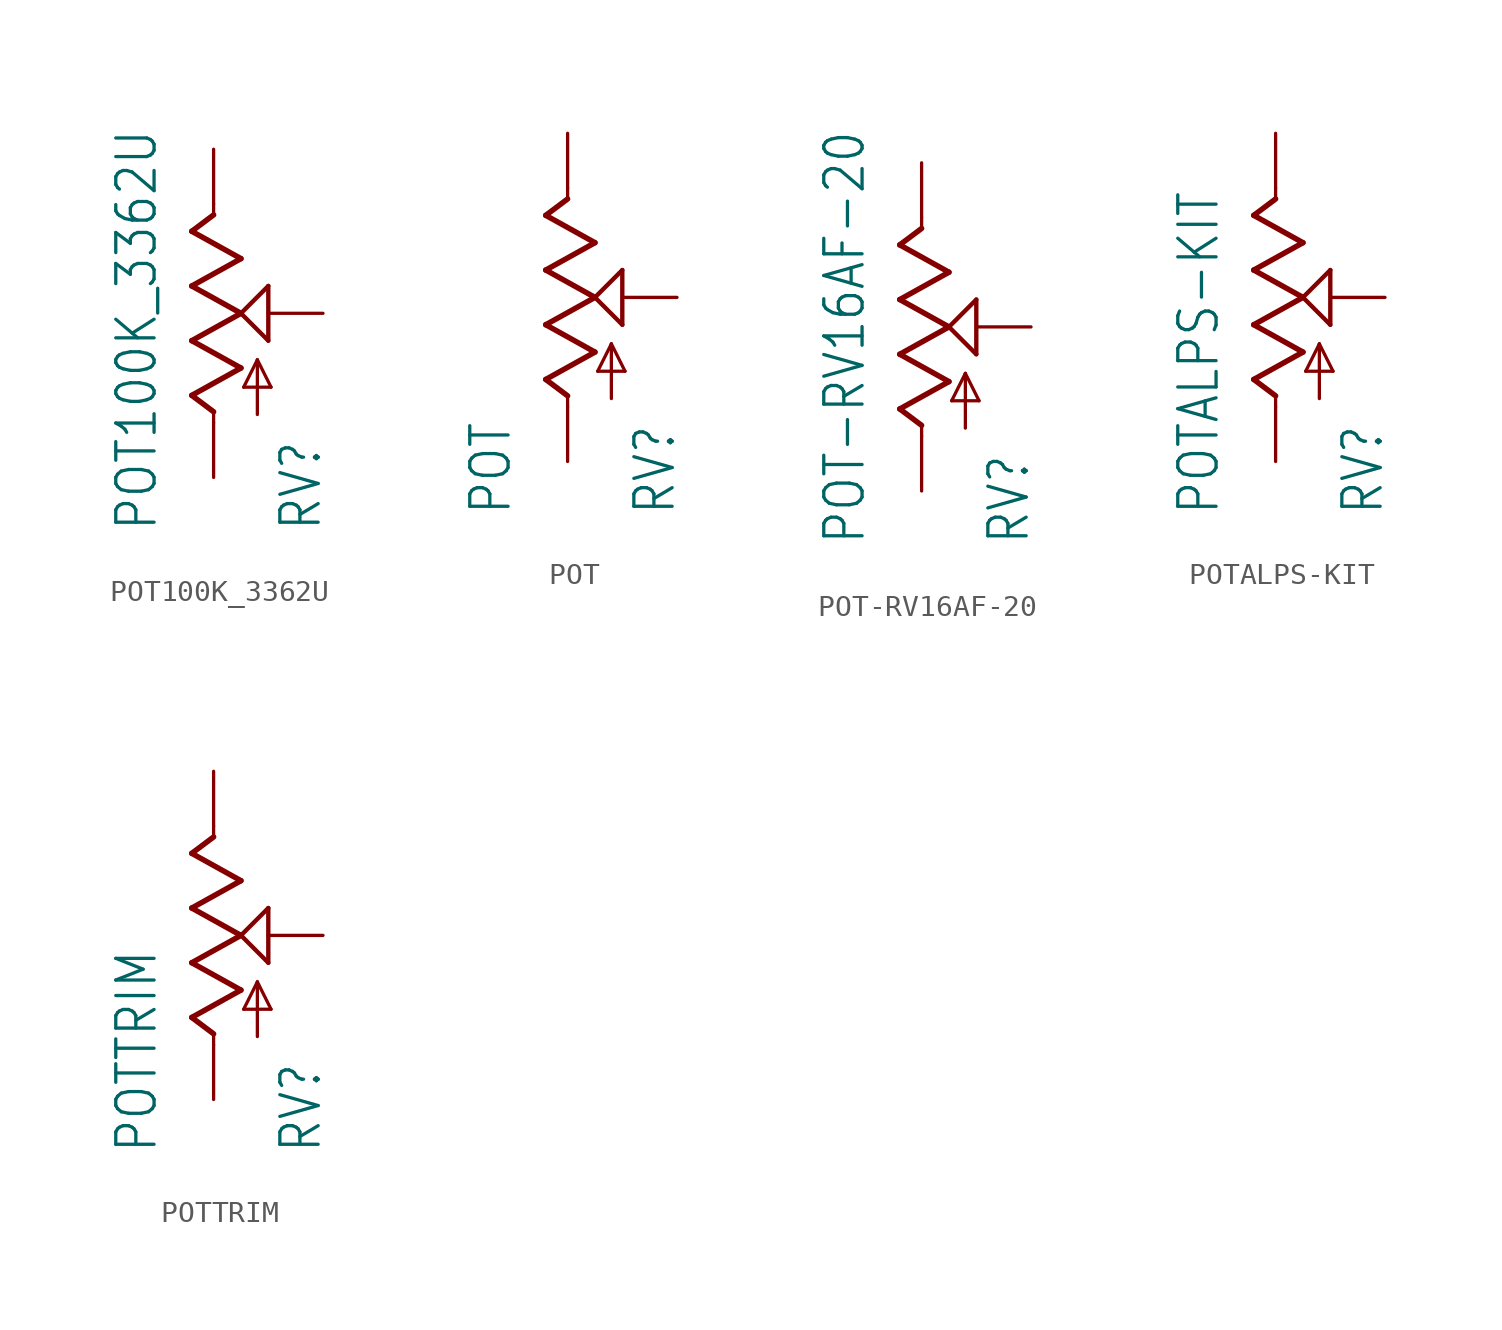
<source format=kicad_sym>
(kicad_symbol_lib
  (version 20211014)
  (generator kicad_symbol_editor)
  (symbol "POT100K_3362U"
    (property "Reference" "RV"
      (at 5.08 -10.16 90)
      (effects (font (size 1.778 1.511)) (justify left bottom)))
    (property "Value" "POT100K_3362U"
      (at -2.54 -10.16 90)
      (effects (font (size 1.778 1.511)) (justify left bottom)))
    (property "ki_locked" ""
      (at 0 0 0)
      (effects (font (size 1.27 1.27))))
    (symbol "POT100K_3362U_1_0"
      (polyline (pts (xy -1.016 -3.81) (xy 1.27 -2.54)) (stroke (width 0.254) (type default) (color 0 0 0 0)) (fill (type none)))
      (polyline (pts (xy -1.016 -1.27) (xy 1.27 0)) (stroke (width 0.254) (type default) (color 0 0 0 0)) (fill (type none)))
      (polyline (pts (xy -1.016 1.27) (xy 1.27 2.54)) (stroke (width 0.254) (type default) (color 0 0 0 0)) (fill (type none)))
      (polyline (pts (xy -1.016 3.81) (xy 0 4.572)) (stroke (width 0.254) (type default) (color 0 0 0 0)) (fill (type none)))
      (polyline (pts (xy 0 -5.08) (xy 0 -4.572)) (stroke (width 0.152) (type default) (color 0 0 0 0)) (fill (type none)))
      (polyline (pts (xy 0 -4.572) (xy -1.016 -3.81)) (stroke (width 0.254) (type default) (color 0 0 0 0)) (fill (type none)))
      (polyline (pts (xy 0 4.572) (xy 0 5.08)) (stroke (width 0.152) (type default) (color 0 0 0 0)) (fill (type none)))
      (polyline (pts (xy 1.27 -2.54) (xy -1.016 -1.27)) (stroke (width 0.254) (type default) (color 0 0 0 0)) (fill (type none)))
      (polyline (pts (xy 1.27 0) (xy -1.016 1.27)) (stroke (width 0.254) (type default) (color 0 0 0 0)) (fill (type none)))
      (polyline (pts (xy 1.27 0) (xy 2.54 1.27)) (stroke (width 0.203) (type default) (color 0 0 0 0)) (fill (type none)))
      (polyline (pts (xy 1.27 2.54) (xy -1.016 3.81)) (stroke (width 0.254) (type default) (color 0 0 0 0)) (fill (type none)))
      (polyline (pts (xy 1.397 -3.429) (xy 2.032 -2.159)) (stroke (width 0.152) (type default) (color 0 0 0 0)) (fill (type none)))
      (polyline (pts (xy 2.032 -4.699) (xy 2.032 -2.159)) (stroke (width 0.152) (type default) (color 0 0 0 0)) (fill (type none)))
      (polyline (pts (xy 2.032 -2.159) (xy 2.667 -3.429)) (stroke (width 0.152) (type default) (color 0 0 0 0)) (fill (type none)))
      (polyline (pts (xy 2.54 -1.27) (xy 1.27 0)) (stroke (width 0.203) (type default) (color 0 0 0 0)) (fill (type none)))
      (polyline (pts (xy 2.54 1.27) (xy 2.54 -1.27)) (stroke (width 0.203) (type default) (color 0 0 0 0)) (fill (type none)))
      (polyline (pts (xy 2.667 -3.429) (xy 1.397 -3.429)) (stroke (width 0.152) (type default) (color 0 0 0 0)) (fill (type none)))
      (pin passive line (at 0 7.62 270) (length 2.54) (name "E" (effects (font (size 0 0)))) (number "P$1" (effects (font (size 0 0)))))
      (pin passive line (at 5.08 0 180) (length 2.54) (name "S" (effects (font (size 0 0)))) (number "P$2" (effects (font (size 0 0)))))
      (pin passive line (at 0 -7.62 90) (length 2.54) (name "A" (effects (font (size 0 0)))) (number "P$3" (effects (font (size 0 0)))))))
  (symbol "POT"
    (property "Reference" "RV"
      (at 5.08 -10.16 90)
      (effects (font (size 1.778 1.511)) (justify left bottom)))
    (property "Value" "POT"
      (at -2.54 -10.16 90)
      (effects (font (size 1.778 1.511)) (justify left bottom)))
    (property "ki_locked" ""
      (at 0 0 0)
      (effects (font (size 1.27 1.27))))
    (symbol "POT_1_0"
      (polyline (pts (xy -1.016 -3.81) (xy 1.27 -2.54)) (stroke (width 0.254) (type default) (color 0 0 0 0)) (fill (type none)))
      (polyline (pts (xy -1.016 -1.27) (xy 1.27 0)) (stroke (width 0.254) (type default) (color 0 0 0 0)) (fill (type none)))
      (polyline (pts (xy -1.016 1.27) (xy 1.27 2.54)) (stroke (width 0.254) (type default) (color 0 0 0 0)) (fill (type none)))
      (polyline (pts (xy -1.016 3.81) (xy 0 4.572)) (stroke (width 0.254) (type default) (color 0 0 0 0)) (fill (type none)))
      (polyline (pts (xy 0 -5.08) (xy 0 -4.572)) (stroke (width 0.152) (type default) (color 0 0 0 0)) (fill (type none)))
      (polyline (pts (xy 0 -4.572) (xy -1.016 -3.81)) (stroke (width 0.254) (type default) (color 0 0 0 0)) (fill (type none)))
      (polyline (pts (xy 0 4.572) (xy 0 5.08)) (stroke (width 0.152) (type default) (color 0 0 0 0)) (fill (type none)))
      (polyline (pts (xy 1.27 -2.54) (xy -1.016 -1.27)) (stroke (width 0.254) (type default) (color 0 0 0 0)) (fill (type none)))
      (polyline (pts (xy 1.27 0) (xy -1.016 1.27)) (stroke (width 0.254) (type default) (color 0 0 0 0)) (fill (type none)))
      (polyline (pts (xy 1.27 0) (xy 2.54 1.27)) (stroke (width 0.203) (type default) (color 0 0 0 0)) (fill (type none)))
      (polyline (pts (xy 1.27 2.54) (xy -1.016 3.81)) (stroke (width 0.254) (type default) (color 0 0 0 0)) (fill (type none)))
      (polyline (pts (xy 1.397 -3.429) (xy 2.032 -2.159)) (stroke (width 0.152) (type default) (color 0 0 0 0)) (fill (type none)))
      (polyline (pts (xy 2.032 -4.699) (xy 2.032 -2.159)) (stroke (width 0.152) (type default) (color 0 0 0 0)) (fill (type none)))
      (polyline (pts (xy 2.032 -2.159) (xy 2.667 -3.429)) (stroke (width 0.152) (type default) (color 0 0 0 0)) (fill (type none)))
      (polyline (pts (xy 2.54 -1.27) (xy 1.27 0)) (stroke (width 0.203) (type default) (color 0 0 0 0)) (fill (type none)))
      (polyline (pts (xy 2.54 1.27) (xy 2.54 -1.27)) (stroke (width 0.203) (type default) (color 0 0 0 0)) (fill (type none)))
      (polyline (pts (xy 2.667 -3.429) (xy 1.397 -3.429)) (stroke (width 0.152) (type default) (color 0 0 0 0)) (fill (type none)))
      (pin passive line (at 0 7.62 270) (length 2.54) (name "E" (effects (font (size 0 0)))) (number "P$1" (effects (font (size 0 0)))))
      (pin passive line (at 5.08 0 180) (length 2.54) (name "S" (effects (font (size 0 0)))) (number "P$2" (effects (font (size 0 0)))))
      (pin passive line (at 0 -7.62 90) (length 2.54) (name "A" (effects (font (size 0 0)))) (number "P$3" (effects (font (size 0 0)))))))
  (symbol "POT-RV16AF-20"
    (property "Reference" "RV"
      (at 5.08 -10.16 90)
      (effects (font (size 1.778 1.511)) (justify left bottom)))
    (property "Value" "POT-RV16AF-20"
      (at -2.54 -10.16 90)
      (effects (font (size 1.778 1.511)) (justify left bottom)))
    (property "ki_locked" ""
      (at 0 0 0)
      (effects (font (size 1.27 1.27))))
    (symbol "POT-RV16AF-20_1_0"
      (polyline (pts (xy -1.016 -3.81) (xy 1.27 -2.54)) (stroke (width 0.254) (type default) (color 0 0 0 0)) (fill (type none)))
      (polyline (pts (xy -1.016 -1.27) (xy 1.27 0)) (stroke (width 0.254) (type default) (color 0 0 0 0)) (fill (type none)))
      (polyline (pts (xy -1.016 1.27) (xy 1.27 2.54)) (stroke (width 0.254) (type default) (color 0 0 0 0)) (fill (type none)))
      (polyline (pts (xy -1.016 3.81) (xy 0 4.572)) (stroke (width 0.254) (type default) (color 0 0 0 0)) (fill (type none)))
      (polyline (pts (xy 0 -5.08) (xy 0 -4.572)) (stroke (width 0.152) (type default) (color 0 0 0 0)) (fill (type none)))
      (polyline (pts (xy 0 -4.572) (xy -1.016 -3.81)) (stroke (width 0.254) (type default) (color 0 0 0 0)) (fill (type none)))
      (polyline (pts (xy 0 4.572) (xy 0 5.08)) (stroke (width 0.152) (type default) (color 0 0 0 0)) (fill (type none)))
      (polyline (pts (xy 1.27 -2.54) (xy -1.016 -1.27)) (stroke (width 0.254) (type default) (color 0 0 0 0)) (fill (type none)))
      (polyline (pts (xy 1.27 0) (xy -1.016 1.27)) (stroke (width 0.254) (type default) (color 0 0 0 0)) (fill (type none)))
      (polyline (pts (xy 1.27 0) (xy 2.54 1.27)) (stroke (width 0.203) (type default) (color 0 0 0 0)) (fill (type none)))
      (polyline (pts (xy 1.27 2.54) (xy -1.016 3.81)) (stroke (width 0.254) (type default) (color 0 0 0 0)) (fill (type none)))
      (polyline (pts (xy 1.397 -3.429) (xy 2.032 -2.159)) (stroke (width 0.152) (type default) (color 0 0 0 0)) (fill (type none)))
      (polyline (pts (xy 2.032 -4.699) (xy 2.032 -2.159)) (stroke (width 0.152) (type default) (color 0 0 0 0)) (fill (type none)))
      (polyline (pts (xy 2.032 -2.159) (xy 2.667 -3.429)) (stroke (width 0.152) (type default) (color 0 0 0 0)) (fill (type none)))
      (polyline (pts (xy 2.54 -1.27) (xy 1.27 0)) (stroke (width 0.203) (type default) (color 0 0 0 0)) (fill (type none)))
      (polyline (pts (xy 2.54 1.27) (xy 2.54 -1.27)) (stroke (width 0.203) (type default) (color 0 0 0 0)) (fill (type none)))
      (polyline (pts (xy 2.667 -3.429) (xy 1.397 -3.429)) (stroke (width 0.152) (type default) (color 0 0 0 0)) (fill (type none)))
      (pin passive line (at 0 -7.62 90) (length 2.54) (name "A" (effects (font (size 0 0)))) (number "1" (effects (font (size 0 0)))))
      (pin passive line (at 5.08 0 180) (length 2.54) (name "S" (effects (font (size 0 0)))) (number "2" (effects (font (size 0 0)))))
      (pin passive line (at 0 7.62 270) (length 2.54) (name "E" (effects (font (size 0 0)))) (number "3" (effects (font (size 0 0)))))))
  (symbol "POTALPS-KIT"
    (property "Reference" "RV"
      (at 5.08 -10.16 90)
      (effects (font (size 1.778 1.511)) (justify left bottom)))
    (property "Value" "POTALPS-KIT"
      (at -2.54 -10.16 90)
      (effects (font (size 1.778 1.511)) (justify left bottom)))
    (property "ki_locked" ""
      (at 0 0 0)
      (effects (font (size 1.27 1.27))))
    (symbol "POTALPS-KIT_1_0"
      (polyline (pts (xy -1.016 -3.81) (xy 1.27 -2.54)) (stroke (width 0.254) (type default) (color 0 0 0 0)) (fill (type none)))
      (polyline (pts (xy -1.016 -1.27) (xy 1.27 0)) (stroke (width 0.254) (type default) (color 0 0 0 0)) (fill (type none)))
      (polyline (pts (xy -1.016 1.27) (xy 1.27 2.54)) (stroke (width 0.254) (type default) (color 0 0 0 0)) (fill (type none)))
      (polyline (pts (xy -1.016 3.81) (xy 0 4.572)) (stroke (width 0.254) (type default) (color 0 0 0 0)) (fill (type none)))
      (polyline (pts (xy 0 -5.08) (xy 0 -4.572)) (stroke (width 0.152) (type default) (color 0 0 0 0)) (fill (type none)))
      (polyline (pts (xy 0 -4.572) (xy -1.016 -3.81)) (stroke (width 0.254) (type default) (color 0 0 0 0)) (fill (type none)))
      (polyline (pts (xy 0 4.572) (xy 0 5.08)) (stroke (width 0.152) (type default) (color 0 0 0 0)) (fill (type none)))
      (polyline (pts (xy 1.27 -2.54) (xy -1.016 -1.27)) (stroke (width 0.254) (type default) (color 0 0 0 0)) (fill (type none)))
      (polyline (pts (xy 1.27 0) (xy -1.016 1.27)) (stroke (width 0.254) (type default) (color 0 0 0 0)) (fill (type none)))
      (polyline (pts (xy 1.27 0) (xy 2.54 1.27)) (stroke (width 0.203) (type default) (color 0 0 0 0)) (fill (type none)))
      (polyline (pts (xy 1.27 2.54) (xy -1.016 3.81)) (stroke (width 0.254) (type default) (color 0 0 0 0)) (fill (type none)))
      (polyline (pts (xy 1.397 -3.429) (xy 2.032 -2.159)) (stroke (width 0.152) (type default) (color 0 0 0 0)) (fill (type none)))
      (polyline (pts (xy 2.032 -4.699) (xy 2.032 -2.159)) (stroke (width 0.152) (type default) (color 0 0 0 0)) (fill (type none)))
      (polyline (pts (xy 2.032 -2.159) (xy 2.667 -3.429)) (stroke (width 0.152) (type default) (color 0 0 0 0)) (fill (type none)))
      (polyline (pts (xy 2.54 -1.27) (xy 1.27 0)) (stroke (width 0.203) (type default) (color 0 0 0 0)) (fill (type none)))
      (polyline (pts (xy 2.54 1.27) (xy 2.54 -1.27)) (stroke (width 0.203) (type default) (color 0 0 0 0)) (fill (type none)))
      (polyline (pts (xy 2.667 -3.429) (xy 1.397 -3.429)) (stroke (width 0.152) (type default) (color 0 0 0 0)) (fill (type none)))
      (pin passive line (at 0 7.62 270) (length 2.54) (name "E" (effects (font (size 0 0)))) (number "P$1" (effects (font (size 0 0)))))
      (pin passive line (at 5.08 0 180) (length 2.54) (name "S" (effects (font (size 0 0)))) (number "P$2" (effects (font (size 0 0)))))
      (pin passive line (at 0 -7.62 90) (length 2.54) (name "A" (effects (font (size 0 0)))) (number "P$3" (effects (font (size 0 0)))))))
  (symbol "POTTRIM"
    (property "Reference" "RV"
      (at 5.08 -10.16 90)
      (effects (font (size 1.778 1.511)) (justify left bottom)))
    (property "Value" "POTTRIM"
      (at -2.54 -10.16 90)
      (effects (font (size 1.778 1.511)) (justify left bottom)))
    (property "ki_locked" ""
      (at 0 0 0)
      (effects (font (size 1.27 1.27))))
    (symbol "POTTRIM_1_0"
      (polyline (pts (xy -1.016 -3.81) (xy 1.27 -2.54)) (stroke (width 0.254) (type default) (color 0 0 0 0)) (fill (type none)))
      (polyline (pts (xy -1.016 -1.27) (xy 1.27 0)) (stroke (width 0.254) (type default) (color 0 0 0 0)) (fill (type none)))
      (polyline (pts (xy -1.016 1.27) (xy 1.27 2.54)) (stroke (width 0.254) (type default) (color 0 0 0 0)) (fill (type none)))
      (polyline (pts (xy -1.016 3.81) (xy 0 4.572)) (stroke (width 0.254) (type default) (color 0 0 0 0)) (fill (type none)))
      (polyline (pts (xy 0 -5.08) (xy 0 -4.572)) (stroke (width 0.152) (type default) (color 0 0 0 0)) (fill (type none)))
      (polyline (pts (xy 0 -4.572) (xy -1.016 -3.81)) (stroke (width 0.254) (type default) (color 0 0 0 0)) (fill (type none)))
      (polyline (pts (xy 0 4.572) (xy 0 5.08)) (stroke (width 0.152) (type default) (color 0 0 0 0)) (fill (type none)))
      (polyline (pts (xy 1.27 -2.54) (xy -1.016 -1.27)) (stroke (width 0.254) (type default) (color 0 0 0 0)) (fill (type none)))
      (polyline (pts (xy 1.27 0) (xy -1.016 1.27)) (stroke (width 0.254) (type default) (color 0 0 0 0)) (fill (type none)))
      (polyline (pts (xy 1.27 0) (xy 2.54 1.27)) (stroke (width 0.203) (type default) (color 0 0 0 0)) (fill (type none)))
      (polyline (pts (xy 1.27 2.54) (xy -1.016 3.81)) (stroke (width 0.254) (type default) (color 0 0 0 0)) (fill (type none)))
      (polyline (pts (xy 1.397 -3.429) (xy 2.032 -2.159)) (stroke (width 0.152) (type default) (color 0 0 0 0)) (fill (type none)))
      (polyline (pts (xy 2.032 -4.699) (xy 2.032 -2.159)) (stroke (width 0.152) (type default) (color 0 0 0 0)) (fill (type none)))
      (polyline (pts (xy 2.032 -2.159) (xy 2.667 -3.429)) (stroke (width 0.152) (type default) (color 0 0 0 0)) (fill (type none)))
      (polyline (pts (xy 2.54 -1.27) (xy 1.27 0)) (stroke (width 0.203) (type default) (color 0 0 0 0)) (fill (type none)))
      (polyline (pts (xy 2.54 1.27) (xy 2.54 -1.27)) (stroke (width 0.203) (type default) (color 0 0 0 0)) (fill (type none)))
      (polyline (pts (xy 2.667 -3.429) (xy 1.397 -3.429)) (stroke (width 0.152) (type default) (color 0 0 0 0)) (fill (type none)))
      (pin passive line (at 5.08 0 180) (length 2.54) (name "S" (effects (font (size 0 0)))) (number "1" (effects (font (size 0 0)))))
      (pin passive line (at 0 7.62 270) (length 2.54) (name "E" (effects (font (size 0 0)))) (number "2" (effects (font (size 0 0)))))
      (pin passive line (at 0 -7.62 90) (length 2.54) (name "A" (effects (font (size 0 0)))) (number "3" (effects (font (size 0 0))))))))
</source>
